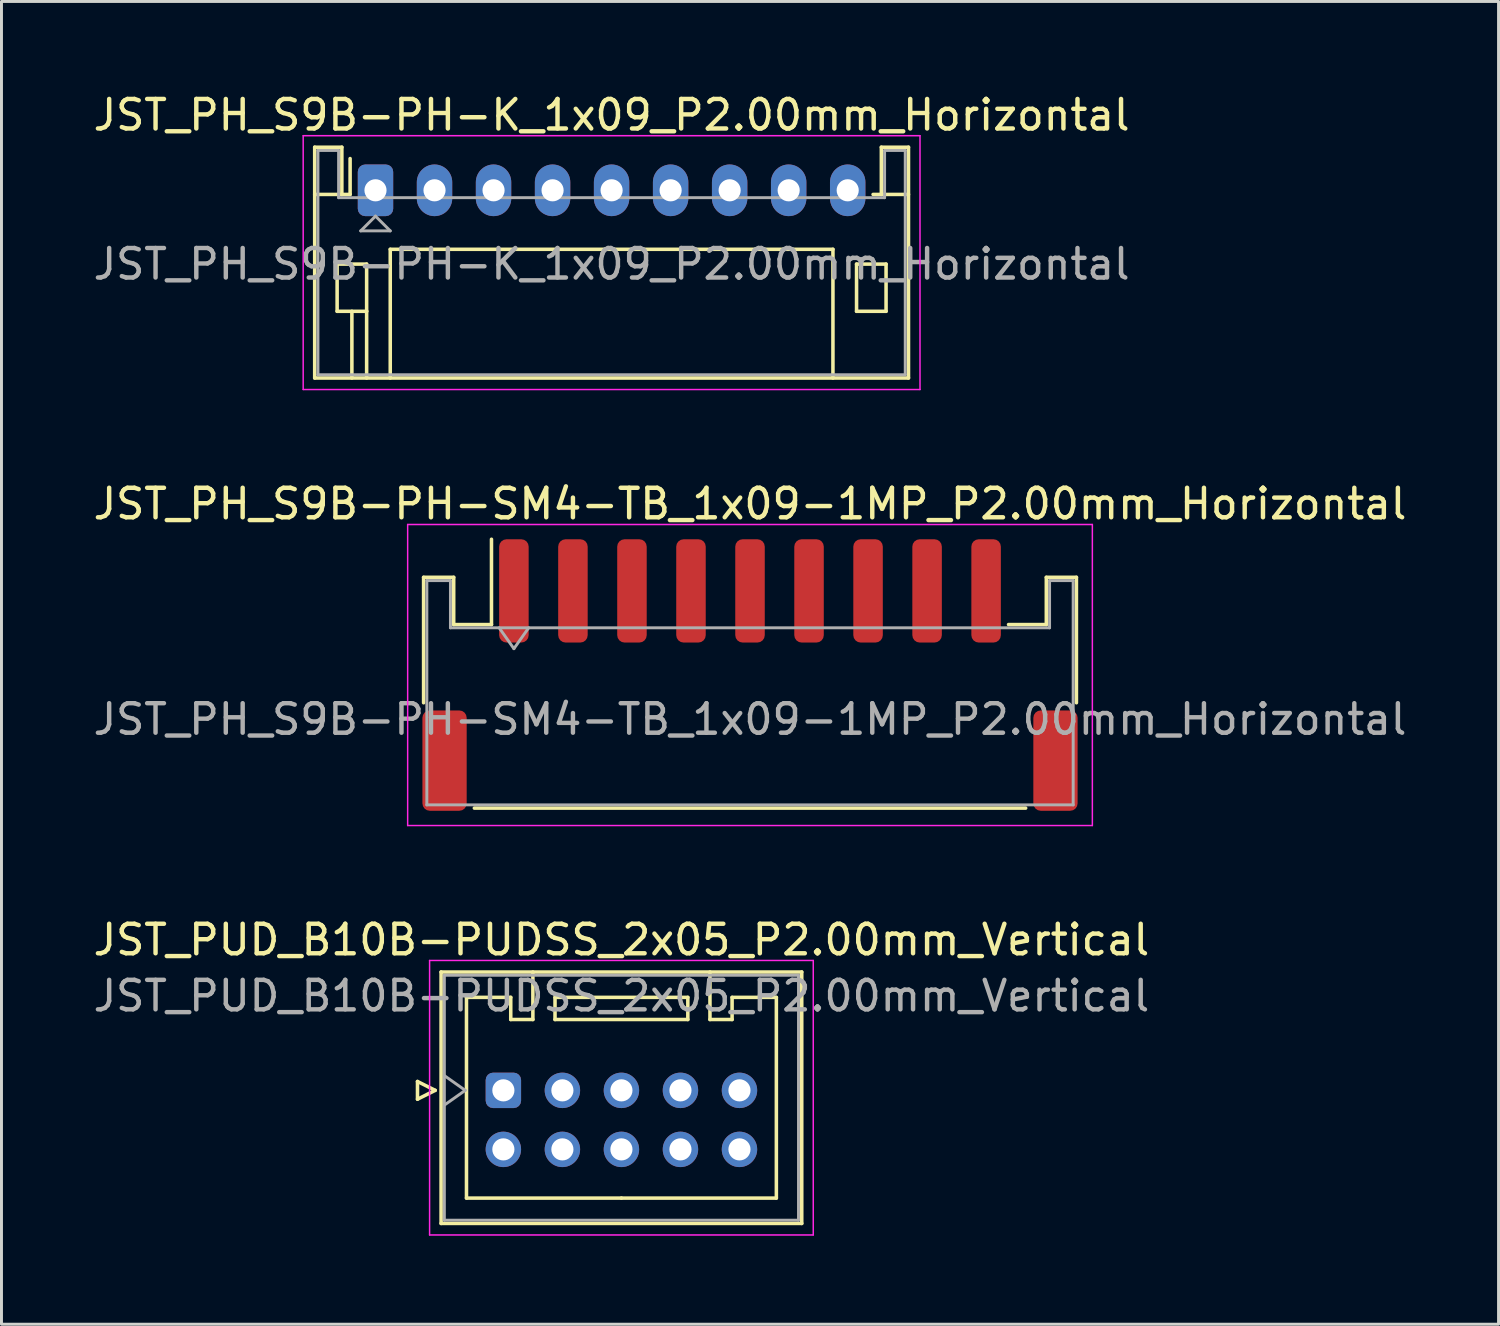
<source format=kicad_pcb>
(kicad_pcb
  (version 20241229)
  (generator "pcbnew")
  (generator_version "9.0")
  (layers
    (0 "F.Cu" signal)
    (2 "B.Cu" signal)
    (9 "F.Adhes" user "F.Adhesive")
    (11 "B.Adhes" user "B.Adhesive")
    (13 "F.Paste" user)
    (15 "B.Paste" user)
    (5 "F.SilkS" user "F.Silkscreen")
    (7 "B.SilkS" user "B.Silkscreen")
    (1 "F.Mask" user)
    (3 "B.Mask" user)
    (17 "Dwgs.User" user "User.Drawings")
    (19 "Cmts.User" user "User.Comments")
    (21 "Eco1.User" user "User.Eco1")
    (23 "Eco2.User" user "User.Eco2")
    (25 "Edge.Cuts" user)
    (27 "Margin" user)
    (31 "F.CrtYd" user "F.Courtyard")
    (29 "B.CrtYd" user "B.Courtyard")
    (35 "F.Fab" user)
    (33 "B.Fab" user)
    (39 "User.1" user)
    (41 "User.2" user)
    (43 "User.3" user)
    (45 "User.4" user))
  (footprint "JST_PH_S9B-PH-K_1x09_P2.00mm_Horizontal"
    (layer "F.Cu")
    (at 9.673 3.398)
    (property "Reference" "JST_PH_S9B-PH-K_1x09_P2.00mm_Horizontal" (at 8 -2.55 0) (layer "F.SilkS") (effects (font (size 1 1) (thickness 0.15))))
    (attr through_hole)
    (fp_line (start -2.06 -1.46) (end -2.06 6.36) (stroke (width 0.12) (type solid)) (layer "F.SilkS"))
    (fp_line (start -2.06 0.14) (end -1.14 0.14) (stroke (width 0.12) (type solid)) (layer "F.SilkS"))
    (fp_line (start -2.06 6.36) (end 18.06 6.36) (stroke (width 0.12) (type solid)) (layer "F.SilkS"))
    (fp_line (start -1.3 2.5) (end -1.3 4.1) (stroke (width 0.12) (type solid)) (layer "F.SilkS"))
    (fp_line (start -1.3 4.1) (end -0.3 4.1) (stroke (width 0.12) (type solid)) (layer "F.SilkS"))
    (fp_line (start -1.14 -1.46) (end -2.06 -1.46) (stroke (width 0.12) (type solid)) (layer "F.SilkS"))
    (fp_line (start -1.14 0.14) (end -1.14 -1.46) (stroke (width 0.12) (type solid)) (layer "F.SilkS"))
    (fp_line (start -0.86 0.14) (end -1.14 0.14) (stroke (width 0.12) (type solid)) (layer "F.SilkS"))
    (fp_line (start -0.86 0.14) (end -0.86 -1.075) (stroke (width 0.12) (type solid)) (layer "F.SilkS"))
    (fp_line (start -0.8 4.1) (end -0.8 6.36) (stroke (width 0.12) (type solid)) (layer "F.SilkS"))
    (fp_line (start -0.3 2.5) (end -1.3 2.5) (stroke (width 0.12) (type solid)) (layer "F.SilkS"))
    (fp_line (start -0.3 4.1) (end -0.3 2.5) (stroke (width 0.12) (type solid)) (layer "F.SilkS"))
    (fp_line (start -0.3 4.1) (end -0.3 6.36) (stroke (width 0.12) (type solid)) (layer "F.SilkS"))
    (fp_line (start 0.5 2) (end 15.5 2) (stroke (width 0.12) (type solid)) (layer "F.SilkS"))
    (fp_line (start 0.5 6.36) (end 0.5 2) (stroke (width 0.12) (type solid)) (layer "F.SilkS"))
    (fp_line (start 15.5 2) (end 15.5 6.36) (stroke (width 0.12) (type solid)) (layer "F.SilkS"))
    (fp_line (start 16.3 2.5) (end 17.3 2.5) (stroke (width 0.12) (type solid)) (layer "F.SilkS"))
    (fp_line (start 16.3 4.1) (end 16.3 2.5) (stroke (width 0.12) (type solid)) (layer "F.SilkS"))
    (fp_line (start 17.14 -1.46) (end 17.14 0.14) (stroke (width 0.12) (type solid)) (layer "F.SilkS"))
    (fp_line (start 17.14 0.14) (end 16.86 0.14) (stroke (width 0.12) (type solid)) (layer "F.SilkS"))
    (fp_line (start 17.3 2.5) (end 17.3 4.1) (stroke (width 0.12) (type solid)) (layer "F.SilkS"))
    (fp_line (start 17.3 4.1) (end 16.3 4.1) (stroke (width 0.12) (type solid)) (layer "F.SilkS"))
    (fp_line (start 18.06 -1.46) (end 17.14 -1.46) (stroke (width 0.12) (type solid)) (layer "F.SilkS"))
    (fp_line (start 18.06 0.14) (end 17.14 0.14) (stroke (width 0.12) (type solid)) (layer "F.SilkS"))
    (fp_line (start 18.06 6.36) (end 18.06 -1.46) (stroke (width 0.12) (type solid)) (layer "F.SilkS"))
    (fp_line (start -2.45 -1.85) (end -2.45 6.75) (stroke (width 0.05) (type solid)) (layer "F.CrtYd"))
    (fp_line (start -2.45 6.75) (end 18.45 6.75) (stroke (width 0.05) (type solid)) (layer "F.CrtYd"))
    (fp_line (start 18.45 -1.85) (end -2.45 -1.85) (stroke (width 0.05) (type solid)) (layer "F.CrtYd"))
    (fp_line (start 18.45 6.75) (end 18.45 -1.85) (stroke (width 0.05) (type solid)) (layer "F.CrtYd"))
    (fp_line (start -1.95 -1.35) (end -1.95 6.25) (stroke (width 0.1) (type solid)) (layer "F.Fab"))
    (fp_line (start -1.95 6.25) (end 17.95 6.25) (stroke (width 0.1) (type solid)) (layer "F.Fab"))
    (fp_line (start -1.25 -1.35) (end -1.95 -1.35) (stroke (width 0.1) (type solid)) (layer "F.Fab"))
    (fp_line (start -1.25 0.25) (end -1.25 -1.35) (stroke (width 0.1) (type solid)) (layer "F.Fab"))
    (fp_line (start -0.5 1.375) (end 0.5 1.375) (stroke (width 0.1) (type solid)) (layer "F.Fab"))
    (fp_line (start 0 0.875) (end -0.5 1.375) (stroke (width 0.1) (type solid)) (layer "F.Fab"))
    (fp_line (start 0.5 1.375) (end 0 0.875) (stroke (width 0.1) (type solid)) (layer "F.Fab"))
    (fp_line (start 17.25 -1.35) (end 17.25 0.25) (stroke (width 0.1) (type solid)) (layer "F.Fab"))
    (fp_line (start 17.25 0.25) (end -1.25 0.25) (stroke (width 0.1) (type solid)) (layer "F.Fab"))
    (fp_line (start 17.95 -1.35) (end 17.25 -1.35) (stroke (width 0.1) (type solid)) (layer "F.Fab"))
    (fp_line (start 17.95 6.25) (end 17.95 -1.35) (stroke (width 0.1) (type solid)) (layer "F.Fab"))
    (fp_text user "${REFERENCE}" (at 8 2.5 0) (layer "F.Fab") (effects (font (size 1 1) (thickness 0.15))))
    (pad "1" thru_hole roundrect (at 0 0) (size 1.2 1.75) (drill 0.75) (layers "*.Cu" "*.Mask") (roundrect_rratio 0.208))
    (pad "2" thru_hole oval (at 2 0) (size 1.2 1.75) (drill 0.75) (layers "*.Cu" "*.Mask"))
    (pad "3" thru_hole oval (at 4 0) (size 1.2 1.75) (drill 0.75) (layers "*.Cu" "*.Mask"))
    (pad "4" thru_hole oval (at 6 0) (size 1.2 1.75) (drill 0.75) (layers "*.Cu" "*.Mask"))
    (pad "5" thru_hole oval (at 8 0) (size 1.2 1.75) (drill 0.75) (layers "*.Cu" "*.Mask"))
    (pad "6" thru_hole oval (at 10 0) (size 1.2 1.75) (drill 0.75) (layers "*.Cu" "*.Mask"))
    (pad "7" thru_hole oval (at 12 0) (size 1.2 1.75) (drill 0.75) (layers "*.Cu" "*.Mask"))
    (pad "8" thru_hole oval (at 14 0) (size 1.2 1.75) (drill 0.75) (layers "*.Cu" "*.Mask"))
    (pad "9" thru_hole oval (at 16 0) (size 1.2 1.75) (drill 0.75) (layers "*.Cu" "*.Mask")))
  (footprint "JST_PH_S9B-PH-SM4-TB_1x09-1MP_P2.00mm_Horizontal"
    (layer "F.Cu")
    (at 22.363 19.822)
    (property "Reference" "JST_PH_S9B-PH-SM4-TB_1x09-1MP_P2.00mm_Horizontal" (at 0 -5.8 0) (layer "F.SilkS") (effects (font (size 1 1) (thickness 0.15))))
    (attr smd)
    (fp_line (start -11.06 -3.31) (end -10.04 -3.31) (stroke (width 0.12) (type solid)) (layer "F.SilkS"))
    (fp_line (start -11.06 0.94) (end -11.06 -3.31) (stroke (width 0.12) (type solid)) (layer "F.SilkS"))
    (fp_line (start -10.04 -3.31) (end -10.04 -1.71) (stroke (width 0.12) (type solid)) (layer "F.SilkS"))
    (fp_line (start -10.04 -1.71) (end -8.76 -1.71) (stroke (width 0.12) (type solid)) (layer "F.SilkS"))
    (fp_line (start -9.34 4.51) (end 9.34 4.51) (stroke (width 0.12) (type solid)) (layer "F.SilkS"))
    (fp_line (start -8.76 -1.71) (end -8.76 -4.6) (stroke (width 0.12) (type solid)) (layer "F.SilkS"))
    (fp_line (start 10.04 -3.31) (end 10.04 -1.71) (stroke (width 0.12) (type solid)) (layer "F.SilkS"))
    (fp_line (start 10.04 -1.71) (end 8.76 -1.71) (stroke (width 0.12) (type solid)) (layer "F.SilkS"))
    (fp_line (start 11.06 -3.31) (end 10.04 -3.31) (stroke (width 0.12) (type solid)) (layer "F.SilkS"))
    (fp_line (start 11.06 0.94) (end 11.06 -3.31) (stroke (width 0.12) (type solid)) (layer "F.SilkS"))
    (fp_line (start -11.6 -5.1) (end -11.6 5.1) (stroke (width 0.05) (type solid)) (layer "F.CrtYd"))
    (fp_line (start -11.6 5.1) (end 11.6 5.1) (stroke (width 0.05) (type solid)) (layer "F.CrtYd"))
    (fp_line (start 11.6 -5.1) (end -11.6 -5.1) (stroke (width 0.05) (type solid)) (layer "F.CrtYd"))
    (fp_line (start 11.6 5.1) (end 11.6 -5.1) (stroke (width 0.05) (type solid)) (layer "F.CrtYd"))
    (fp_line (start -10.95 -3.2) (end -10.95 4.4) (stroke (width 0.1) (type solid)) (layer "F.Fab"))
    (fp_line (start -10.95 -3.2) (end -10.15 -3.2) (stroke (width 0.1) (type solid)) (layer "F.Fab"))
    (fp_line (start -10.95 4.4) (end 10.95 4.4) (stroke (width 0.1) (type solid)) (layer "F.Fab"))
    (fp_line (start -10.15 -3.2) (end -10.15 -1.6) (stroke (width 0.1) (type solid)) (layer "F.Fab"))
    (fp_line (start -10.15 -1.6) (end 10.15 -1.6) (stroke (width 0.1) (type solid)) (layer "F.Fab"))
    (fp_line (start -8.5 -1.6) (end -8 -0.893) (stroke (width 0.1) (type solid)) (layer "F.Fab"))
    (fp_line (start -8 -0.893) (end -7.5 -1.6) (stroke (width 0.1) (type solid)) (layer "F.Fab"))
    (fp_line (start 10.15 -3.2) (end 10.95 -3.2) (stroke (width 0.1) (type solid)) (layer "F.Fab"))
    (fp_line (start 10.15 -1.6) (end 10.15 -3.2) (stroke (width 0.1) (type solid)) (layer "F.Fab"))
    (fp_line (start 10.95 -3.2) (end 10.95 4.4) (stroke (width 0.1) (type solid)) (layer "F.Fab"))
    (fp_text user "${REFERENCE}" (at 0 1.5 0) (layer "F.Fab") (effects (font (size 1 1) (thickness 0.15))))
    (pad "1" smd roundrect (at -8 -2.85) (size 1 3.5) (layers "F.Cu" "F.Mask" "F.Paste") (roundrect_rratio 0.25))
    (pad "2" smd roundrect (at -6 -2.85) (size 1 3.5) (layers "F.Cu" "F.Mask" "F.Paste") (roundrect_rratio 0.25))
    (pad "3" smd roundrect (at -4 -2.85) (size 1 3.5) (layers "F.Cu" "F.Mask" "F.Paste") (roundrect_rratio 0.25))
    (pad "4" smd roundrect (at -2 -2.85) (size 1 3.5) (layers "F.Cu" "F.Mask" "F.Paste") (roundrect_rratio 0.25))
    (pad "5" smd roundrect (at 0 -2.85) (size 1 3.5) (layers "F.Cu" "F.Mask" "F.Paste") (roundrect_rratio 0.25))
    (pad "6" smd roundrect (at 2 -2.85) (size 1 3.5) (layers "F.Cu" "F.Mask" "F.Paste") (roundrect_rratio 0.25))
    (pad "7" smd roundrect (at 4 -2.85) (size 1 3.5) (layers "F.Cu" "F.Mask" "F.Paste") (roundrect_rratio 0.25))
    (pad "8" smd roundrect (at 6 -2.85) (size 1 3.5) (layers "F.Cu" "F.Mask" "F.Paste") (roundrect_rratio 0.25))
    (pad "9" smd roundrect (at 8 -2.85) (size 1 3.5) (layers "F.Cu" "F.Mask" "F.Paste") (roundrect_rratio 0.25))
    (pad "MP" smd roundrect (at -10.35 2.9) (size 1.5 3.4) (layers "F.Cu" "F.Mask" "F.Paste") (roundrect_rratio 0.167))
    (pad "MP" smd roundrect (at 10.35 2.9) (size 1.5 3.4) (layers "F.Cu" "F.Mask" "F.Paste") (roundrect_rratio 0.167)))
  (footprint "JST_PUD_B10B-PUDSS_2x05_P2.00mm_Vertical"
    (layer "F.Cu")
    (at 14.006 33.895)
    (property "Reference" "JST_PUD_B10B-PUDSS_2x05_P2.00mm_Vertical" (at 4 -5.1 0) (layer "F.SilkS") (effects (font (size 1 1) (thickness 0.15))))
    (attr through_hole)
    (fp_line (start -2.91 -0.3) (end -2.31 0) (stroke (width 0.12) (type solid)) (layer "F.SilkS"))
    (fp_line (start -2.91 0.3) (end -2.91 -0.3) (stroke (width 0.12) (type solid)) (layer "F.SilkS"))
    (fp_line (start -2.31 0) (end -2.91 0.3) (stroke (width 0.12) (type solid)) (layer "F.SilkS"))
    (fp_line (start -2.11 -4.01) (end -2.11 4.51) (stroke (width 0.12) (type solid)) (layer "F.SilkS"))
    (fp_line (start -2.11 4.51) (end 10.11 4.51) (stroke (width 0.12) (type solid)) (layer "F.SilkS"))
    (fp_line (start -1.25 -3.15) (end -1.25 3.65) (stroke (width 0.12) (type solid)) (layer "F.SilkS"))
    (fp_line (start -1.25 3.65) (end 4 3.65) (stroke (width 0.12) (type solid)) (layer "F.SilkS"))
    (fp_line (start 0.25 -3.15) (end -1.25 -3.15) (stroke (width 0.12) (type solid)) (layer "F.SilkS"))
    (fp_line (start 0.25 -2.4) (end 0.25 -3.15) (stroke (width 0.12) (type solid)) (layer "F.SilkS"))
    (fp_line (start 1 -4.01) (end 1 -2.4) (stroke (width 0.12) (type solid)) (layer "F.SilkS"))
    (fp_line (start 1 -2.4) (end 0.25 -2.4) (stroke (width 0.12) (type solid)) (layer "F.SilkS"))
    (fp_line (start 1.75 -3.15) (end 1.75 -2.4) (stroke (width 0.12) (type solid)) (layer "F.SilkS"))
    (fp_line (start 1.75 -2.4) (end 6.25 -2.4) (stroke (width 0.12) (type solid)) (layer "F.SilkS"))
    (fp_line (start 6.25 -3.15) (end 1.75 -3.15) (stroke (width 0.12) (type solid)) (layer "F.SilkS"))
    (fp_line (start 6.25 -2.4) (end 6.25 -3.15) (stroke (width 0.12) (type solid)) (layer "F.SilkS"))
    (fp_line (start 7 -4.01) (end 7 -2.4) (stroke (width 0.12) (type solid)) (layer "F.SilkS"))
    (fp_line (start 7 -2.4) (end 7.75 -2.4) (stroke (width 0.12) (type solid)) (layer "F.SilkS"))
    (fp_line (start 7.75 -3.15) (end 9.25 -3.15) (stroke (width 0.12) (type solid)) (layer "F.SilkS"))
    (fp_line (start 7.75 -2.4) (end 7.75 -3.15) (stroke (width 0.12) (type solid)) (layer "F.SilkS"))
    (fp_line (start 9.25 -3.15) (end 9.25 3.65) (stroke (width 0.12) (type solid)) (layer "F.SilkS"))
    (fp_line (start 9.25 3.65) (end 4 3.65) (stroke (width 0.12) (type solid)) (layer "F.SilkS"))
    (fp_line (start 10.11 -4.01) (end -2.11 -4.01) (stroke (width 0.12) (type solid)) (layer "F.SilkS"))
    (fp_line (start 10.11 4.51) (end 10.11 -4.01) (stroke (width 0.12) (type solid)) (layer "F.SilkS"))
    (fp_line (start -2.5 -4.4) (end -2.5 4.9) (stroke (width 0.05) (type solid)) (layer "F.CrtYd"))
    (fp_line (start -2.5 4.9) (end 10.5 4.9) (stroke (width 0.05) (type solid)) (layer "F.CrtYd"))
    (fp_line (start 10.5 -4.4) (end -2.5 -4.4) (stroke (width 0.05) (type solid)) (layer "F.CrtYd"))
    (fp_line (start 10.5 4.9) (end 10.5 -4.4) (stroke (width 0.05) (type solid)) (layer "F.CrtYd"))
    (fp_line (start -2 -3.9) (end -2 4.4) (stroke (width 0.1) (type solid)) (layer "F.Fab"))
    (fp_line (start -2 0.5) (end -1.293 0) (stroke (width 0.1) (type solid)) (layer "F.Fab"))
    (fp_line (start -2 4.4) (end 10 4.4) (stroke (width 0.1) (type solid)) (layer "F.Fab"))
    (fp_line (start -1.293 0) (end -2 -0.5) (stroke (width 0.1) (type solid)) (layer "F.Fab"))
    (fp_line (start 10 -3.9) (end -2 -3.9) (stroke (width 0.1) (type solid)) (layer "F.Fab"))
    (fp_line (start 10 4.4) (end 10 -3.9) (stroke (width 0.1) (type solid)) (layer "F.Fab"))
    (fp_text user "${REFERENCE}" (at 4 -3.2 0) (layer "F.Fab") (effects (font (size 1 1) (thickness 0.15))))
    (pad "1" thru_hole roundrect (at 0 0) (size 1.2 1.2) (drill 0.75) (layers "*.Cu" "*.Mask") (roundrect_rratio 0.208))
    (pad "2" thru_hole circle (at 0 2) (size 1.2 1.2) (drill 0.75) (layers "*.Cu" "*.Mask"))
    (pad "3" thru_hole circle (at 2 0) (size 1.2 1.2) (drill 0.75) (layers "*.Cu" "*.Mask"))
    (pad "4" thru_hole circle (at 2 2) (size 1.2 1.2) (drill 0.75) (layers "*.Cu" "*.Mask"))
    (pad "5" thru_hole circle (at 4 0) (size 1.2 1.2) (drill 0.75) (layers "*.Cu" "*.Mask"))
    (pad "6" thru_hole circle (at 4 2) (size 1.2 1.2) (drill 0.75) (layers "*.Cu" "*.Mask"))
    (pad "7" thru_hole circle (at 6 0) (size 1.2 1.2) (drill 0.75) (layers "*.Cu" "*.Mask"))
    (pad "8" thru_hole circle (at 6 2) (size 1.2 1.2) (drill 0.75) (layers "*.Cu" "*.Mask"))
    (pad "9" thru_hole circle (at 8 0) (size 1.2 1.2) (drill 0.75) (layers "*.Cu" "*.Mask"))
    (pad "10" thru_hole circle (at 8 2) (size 1.2 1.2) (drill 0.75) (layers "*.Cu" "*.Mask")))
  (gr_rect
    (start -3 -3)
    (end 47.726 41.82)
    (stroke (width 0.1) (type default))
    (fill no)
    (layer "Edge.Cuts")))
</source>
